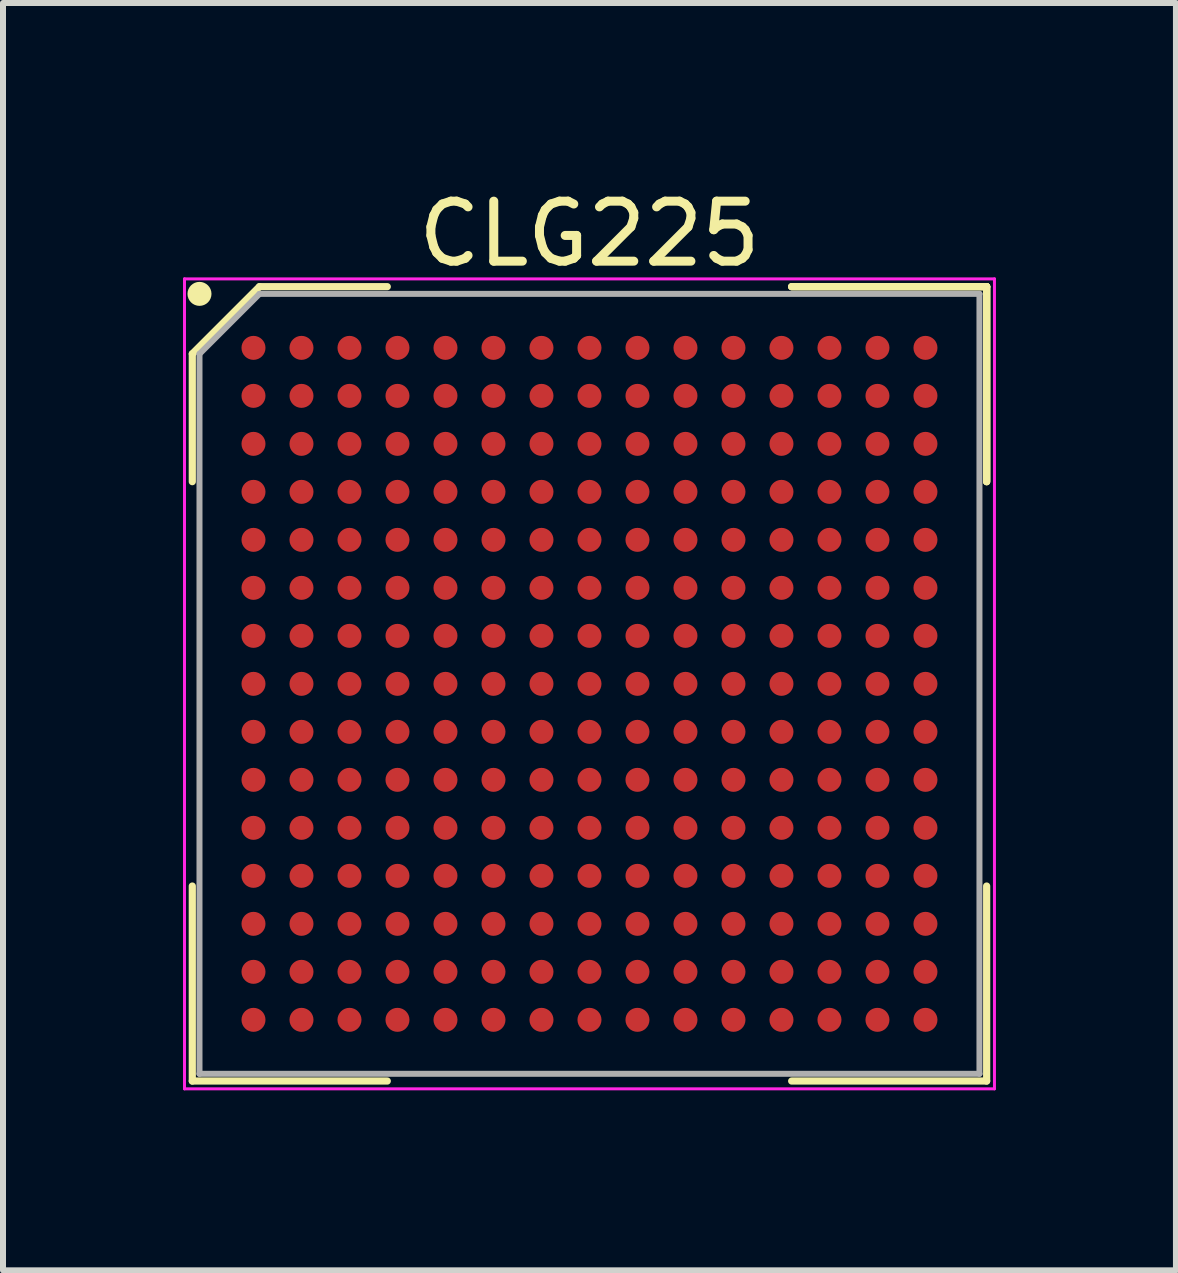
<source format=kicad_pcb>
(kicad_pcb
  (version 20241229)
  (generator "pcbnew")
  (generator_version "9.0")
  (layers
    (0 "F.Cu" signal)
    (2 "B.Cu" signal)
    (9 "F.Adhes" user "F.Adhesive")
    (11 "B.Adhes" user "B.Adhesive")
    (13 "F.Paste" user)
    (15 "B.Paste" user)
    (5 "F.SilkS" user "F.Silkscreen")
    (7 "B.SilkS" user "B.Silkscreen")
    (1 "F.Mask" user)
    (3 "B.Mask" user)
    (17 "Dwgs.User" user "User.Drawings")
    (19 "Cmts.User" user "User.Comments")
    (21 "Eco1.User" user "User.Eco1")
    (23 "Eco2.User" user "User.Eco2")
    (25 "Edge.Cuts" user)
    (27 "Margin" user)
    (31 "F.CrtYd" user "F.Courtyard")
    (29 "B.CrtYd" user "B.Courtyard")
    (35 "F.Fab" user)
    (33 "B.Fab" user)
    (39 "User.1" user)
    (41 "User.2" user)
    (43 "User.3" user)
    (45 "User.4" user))
  (footprint "CLG225"
    (layer "F.Cu")
    (at 6.775 8.348)
    (property "Reference" "CLG225" (at 0 -7.5 0) (layer "F.SilkS") (effects (font (size 1 1) (thickness 0.15))))
    (attr smd)
    (fp_line (start -6.62 -5.5) (end -6.62 -3.37) (stroke (width 0.12) (type solid)) (layer "F.SilkS"))
    (fp_line (start -6.62 6.62) (end -6.62 3.37) (stroke (width 0.12) (type solid)) (layer "F.SilkS"))
    (fp_line (start -5.5 -6.62) (end -6.62 -5.5) (stroke (width 0.12) (type solid)) (layer "F.SilkS"))
    (fp_line (start -3.37 -6.62) (end -5.5 -6.62) (stroke (width 0.12) (type solid)) (layer "F.SilkS"))
    (fp_line (start -3.37 6.62) (end -6.62 6.62) (stroke (width 0.12) (type solid)) (layer "F.SilkS"))
    (fp_line (start 3.37 -6.62) (end 6.62 -6.62) (stroke (width 0.12) (type solid)) (layer "F.SilkS"))
    (fp_line (start 3.37 -6.62) (end 6.62 -6.62) (stroke (width 0.12) (type solid)) (layer "F.SilkS"))
    (fp_line (start 3.37 -6.62) (end 6.62 -6.62) (stroke (width 0.12) (type solid)) (layer "F.SilkS"))
    (fp_line (start 3.37 6.62) (end 6.62 6.62) (stroke (width 0.12) (type solid)) (layer "F.SilkS"))
    (fp_line (start 6.62 -6.62) (end 6.62 -3.37) (stroke (width 0.12) (type solid)) (layer "F.SilkS"))
    (fp_line (start 6.62 -6.62) (end 6.62 -3.37) (stroke (width 0.12) (type solid)) (layer "F.SilkS"))
    (fp_line (start 6.62 -6.62) (end 6.62 -3.37) (stroke (width 0.12) (type solid)) (layer "F.SilkS"))
    (fp_line (start 6.62 6.62) (end 6.62 3.37) (stroke (width 0.12) (type solid)) (layer "F.SilkS"))
    (fp_circle (center -6.5 -6.5) (end -6.5 -6.4) (stroke (width 0.2) (type solid)) (fill no) (layer "F.SilkS"))
    (fp_line (start -6.75 -6.75) (end 6.75 -6.75) (stroke (width 0.05) (type solid)) (layer "F.CrtYd"))
    (fp_line (start -6.75 6.75) (end -6.75 -6.75) (stroke (width 0.05) (type solid)) (layer "F.CrtYd"))
    (fp_line (start 6.75 -6.75) (end 6.75 6.75) (stroke (width 0.05) (type solid)) (layer "F.CrtYd"))
    (fp_line (start 6.75 6.75) (end -6.75 6.75) (stroke (width 0.05) (type solid)) (layer "F.CrtYd"))
    (fp_line (start -6.5 -5.5) (end -6.5 6.5) (stroke (width 0.1) (type solid)) (layer "F.Fab"))
    (fp_line (start -6.5 6.5) (end 6.5 6.5) (stroke (width 0.1) (type solid)) (layer "F.Fab"))
    (fp_line (start -5.5 -6.5) (end -6.5 -5.5) (stroke (width 0.1) (type solid)) (layer "F.Fab"))
    (fp_line (start 6.5 -6.5) (end -5.5 -6.5) (stroke (width 0.1) (type solid)) (layer "F.Fab"))
    (fp_line (start 6.5 6.5) (end 6.5 -6.5) (stroke (width 0.1) (type solid)) (layer "F.Fab"))
    (pad "A1" smd circle (at -5.6 -5.6) (size 0.4 0.4) (layers "F.Cu" "F.Mask" "F.Paste"))
    (pad "A2" smd circle (at -4.8 -5.6) (size 0.4 0.4) (layers "F.Cu" "F.Mask" "F.Paste"))
    (pad "A3" smd circle (at -4 -5.6) (size 0.4 0.4) (layers "F.Cu" "F.Mask" "F.Paste"))
    (pad "A4" smd circle (at -3.2 -5.6) (size 0.4 0.4) (layers "F.Cu" "F.Mask" "F.Paste"))
    (pad "A5" smd circle (at -2.4 -5.6) (size 0.4 0.4) (layers "F.Cu" "F.Mask" "F.Paste"))
    (pad "A6" smd circle (at -1.6 -5.6) (size 0.4 0.4) (layers "F.Cu" "F.Mask" "F.Paste"))
    (pad "A7" smd circle (at -0.8 -5.6) (size 0.4 0.4) (layers "F.Cu" "F.Mask" "F.Paste"))
    (pad "A8" smd circle (at 0 -5.6) (size 0.4 0.4) (layers "F.Cu" "F.Mask" "F.Paste"))
    (pad "A9" smd circle (at 0.8 -5.6) (size 0.4 0.4) (layers "F.Cu" "F.Mask" "F.Paste"))
    (pad "A10" smd circle (at 1.6 -5.6) (size 0.4 0.4) (layers "F.Cu" "F.Mask" "F.Paste"))
    (pad "A11" smd circle (at 2.4 -5.6) (size 0.4 0.4) (layers "F.Cu" "F.Mask" "F.Paste"))
    (pad "A12" smd circle (at 3.2 -5.6) (size 0.4 0.4) (layers "F.Cu" "F.Mask" "F.Paste"))
    (pad "A13" smd circle (at 4 -5.6) (size 0.4 0.4) (layers "F.Cu" "F.Mask" "F.Paste"))
    (pad "A14" smd circle (at 4.8 -5.6) (size 0.4 0.4) (layers "F.Cu" "F.Mask" "F.Paste"))
    (pad "A15" smd circle (at 5.6 -5.6) (size 0.4 0.4) (layers "F.Cu" "F.Mask" "F.Paste"))
    (pad "B1" smd circle (at -5.6 -4.8) (size 0.4 0.4) (layers "F.Cu" "F.Mask" "F.Paste"))
    (pad "B2" smd circle (at -4.8 -4.8) (size 0.4 0.4) (layers "F.Cu" "F.Mask" "F.Paste"))
    (pad "B3" smd circle (at -4 -4.8) (size 0.4 0.4) (layers "F.Cu" "F.Mask" "F.Paste"))
    (pad "B4" smd circle (at -3.2 -4.8) (size 0.4 0.4) (layers "F.Cu" "F.Mask" "F.Paste"))
    (pad "B5" smd circle (at -2.4 -4.8) (size 0.4 0.4) (layers "F.Cu" "F.Mask" "F.Paste"))
    (pad "B6" smd circle (at -1.6 -4.8) (size 0.4 0.4) (layers "F.Cu" "F.Mask" "F.Paste"))
    (pad "B7" smd circle (at -0.8 -4.8) (size 0.4 0.4) (layers "F.Cu" "F.Mask" "F.Paste"))
    (pad "B8" smd circle (at 0 -4.8) (size 0.4 0.4) (layers "F.Cu" "F.Mask" "F.Paste"))
    (pad "B9" smd circle (at 0.8 -4.8) (size 0.4 0.4) (layers "F.Cu" "F.Mask" "F.Paste"))
    (pad "B10" smd circle (at 1.6 -4.8) (size 0.4 0.4) (layers "F.Cu" "F.Mask" "F.Paste"))
    (pad "B11" smd circle (at 2.4 -4.8) (size 0.4 0.4) (layers "F.Cu" "F.Mask" "F.Paste"))
    (pad "B12" smd circle (at 3.2 -4.8) (size 0.4 0.4) (layers "F.Cu" "F.Mask" "F.Paste"))
    (pad "B13" smd circle (at 4 -4.8) (size 0.4 0.4) (layers "F.Cu" "F.Mask" "F.Paste"))
    (pad "B14" smd circle (at 4.8 -4.8) (size 0.4 0.4) (layers "F.Cu" "F.Mask" "F.Paste"))
    (pad "B15" smd circle (at 5.6 -4.8) (size 0.4 0.4) (layers "F.Cu" "F.Mask" "F.Paste"))
    (pad "C1" smd circle (at -5.6 -4) (size 0.4 0.4) (layers "F.Cu" "F.Mask" "F.Paste"))
    (pad "C2" smd circle (at -4.8 -4) (size 0.4 0.4) (layers "F.Cu" "F.Mask" "F.Paste"))
    (pad "C3" smd circle (at -4 -4) (size 0.4 0.4) (layers "F.Cu" "F.Mask" "F.Paste"))
    (pad "C4" smd circle (at -3.2 -4) (size 0.4 0.4) (layers "F.Cu" "F.Mask" "F.Paste"))
    (pad "C5" smd circle (at -2.4 -4) (size 0.4 0.4) (layers "F.Cu" "F.Mask" "F.Paste"))
    (pad "C6" smd circle (at -1.6 -4) (size 0.4 0.4) (layers "F.Cu" "F.Mask" "F.Paste"))
    (pad "C7" smd circle (at -0.8 -4) (size 0.4 0.4) (layers "F.Cu" "F.Mask" "F.Paste"))
    (pad "C8" smd circle (at 0 -4) (size 0.4 0.4) (layers "F.Cu" "F.Mask" "F.Paste"))
    (pad "C9" smd circle (at 0.8 -4) (size 0.4 0.4) (layers "F.Cu" "F.Mask" "F.Paste"))
    (pad "C10" smd circle (at 1.6 -4) (size 0.4 0.4) (layers "F.Cu" "F.Mask" "F.Paste"))
    (pad "C11" smd circle (at 2.4 -4) (size 0.4 0.4) (layers "F.Cu" "F.Mask" "F.Paste"))
    (pad "C12" smd circle (at 3.2 -4) (size 0.4 0.4) (layers "F.Cu" "F.Mask" "F.Paste"))
    (pad "C13" smd circle (at 4 -4) (size 0.4 0.4) (layers "F.Cu" "F.Mask" "F.Paste"))
    (pad "C14" smd circle (at 4.8 -4) (size 0.4 0.4) (layers "F.Cu" "F.Mask" "F.Paste"))
    (pad "C15" smd circle (at 5.6 -4) (size 0.4 0.4) (layers "F.Cu" "F.Mask" "F.Paste"))
    (pad "D1" smd circle (at -5.6 -3.2) (size 0.4 0.4) (layers "F.Cu" "F.Mask" "F.Paste"))
    (pad "D2" smd circle (at -4.8 -3.2) (size 0.4 0.4) (layers "F.Cu" "F.Mask" "F.Paste"))
    (pad "D3" smd circle (at -4 -3.2) (size 0.4 0.4) (layers "F.Cu" "F.Mask" "F.Paste"))
    (pad "D4" smd circle (at -3.2 -3.2) (size 0.4 0.4) (layers "F.Cu" "F.Mask" "F.Paste"))
    (pad "D5" smd circle (at -2.4 -3.2) (size 0.4 0.4) (layers "F.Cu" "F.Mask" "F.Paste"))
    (pad "D6" smd circle (at -1.6 -3.2) (size 0.4 0.4) (layers "F.Cu" "F.Mask" "F.Paste"))
    (pad "D7" smd circle (at -0.8 -3.2) (size 0.4 0.4) (layers "F.Cu" "F.Mask" "F.Paste"))
    (pad "D8" smd circle (at 0 -3.2) (size 0.4 0.4) (layers "F.Cu" "F.Mask" "F.Paste"))
    (pad "D9" smd circle (at 0.8 -3.2) (size 0.4 0.4) (layers "F.Cu" "F.Mask" "F.Paste"))
    (pad "D10" smd circle (at 1.6 -3.2) (size 0.4 0.4) (layers "F.Cu" "F.Mask" "F.Paste"))
    (pad "D11" smd circle (at 2.4 -3.2) (size 0.4 0.4) (layers "F.Cu" "F.Mask" "F.Paste"))
    (pad "D12" smd circle (at 3.2 -3.2) (size 0.4 0.4) (layers "F.Cu" "F.Mask" "F.Paste"))
    (pad "D13" smd circle (at 4 -3.2) (size 0.4 0.4) (layers "F.Cu" "F.Mask" "F.Paste"))
    (pad "D14" smd circle (at 4.8 -3.2) (size 0.4 0.4) (layers "F.Cu" "F.Mask" "F.Paste"))
    (pad "D15" smd circle (at 5.6 -3.2) (size 0.4 0.4) (layers "F.Cu" "F.Mask" "F.Paste"))
    (pad "E1" smd circle (at -5.6 -2.4) (size 0.4 0.4) (layers "F.Cu" "F.Mask" "F.Paste"))
    (pad "E2" smd circle (at -4.8 -2.4) (size 0.4 0.4) (layers "F.Cu" "F.Mask" "F.Paste"))
    (pad "E3" smd circle (at -4 -2.4) (size 0.4 0.4) (layers "F.Cu" "F.Mask" "F.Paste"))
    (pad "E4" smd circle (at -3.2 -2.4) (size 0.4 0.4) (layers "F.Cu" "F.Mask" "F.Paste"))
    (pad "E5" smd circle (at -2.4 -2.4) (size 0.4 0.4) (layers "F.Cu" "F.Mask" "F.Paste"))
    (pad "E6" smd circle (at -1.6 -2.4) (size 0.4 0.4) (layers "F.Cu" "F.Mask" "F.Paste"))
    (pad "E7" smd circle (at -0.8 -2.4) (size 0.4 0.4) (layers "F.Cu" "F.Mask" "F.Paste"))
    (pad "E8" smd circle (at 0 -2.4) (size 0.4 0.4) (layers "F.Cu" "F.Mask" "F.Paste"))
    (pad "E9" smd circle (at 0.8 -2.4) (size 0.4 0.4) (layers "F.Cu" "F.Mask" "F.Paste"))
    (pad "E10" smd circle (at 1.6 -2.4) (size 0.4 0.4) (layers "F.Cu" "F.Mask" "F.Paste"))
    (pad "E11" smd circle (at 2.4 -2.4) (size 0.4 0.4) (layers "F.Cu" "F.Mask" "F.Paste"))
    (pad "E12" smd circle (at 3.2 -2.4) (size 0.4 0.4) (layers "F.Cu" "F.Mask" "F.Paste"))
    (pad "E13" smd circle (at 4 -2.4) (size 0.4 0.4) (layers "F.Cu" "F.Mask" "F.Paste"))
    (pad "E14" smd circle (at 4.8 -2.4) (size 0.4 0.4) (layers "F.Cu" "F.Mask" "F.Paste"))
    (pad "E15" smd circle (at 5.6 -2.4) (size 0.4 0.4) (layers "F.Cu" "F.Mask" "F.Paste"))
    (pad "F1" smd circle (at -5.6 -1.6) (size 0.4 0.4) (layers "F.Cu" "F.Mask" "F.Paste"))
    (pad "F2" smd circle (at -4.8 -1.6) (size 0.4 0.4) (layers "F.Cu" "F.Mask" "F.Paste"))
    (pad "F3" smd circle (at -4 -1.6) (size 0.4 0.4) (layers "F.Cu" "F.Mask" "F.Paste"))
    (pad "F4" smd circle (at -3.2 -1.6) (size 0.4 0.4) (layers "F.Cu" "F.Mask" "F.Paste"))
    (pad "F5" smd circle (at -2.4 -1.6) (size 0.4 0.4) (layers "F.Cu" "F.Mask" "F.Paste"))
    (pad "F6" smd circle (at -1.6 -1.6) (size 0.4 0.4) (layers "F.Cu" "F.Mask" "F.Paste"))
    (pad "F7" smd circle (at -0.8 -1.6) (size 0.4 0.4) (layers "F.Cu" "F.Mask" "F.Paste"))
    (pad "F8" smd circle (at 0 -1.6) (size 0.4 0.4) (layers "F.Cu" "F.Mask" "F.Paste"))
    (pad "F9" smd circle (at 0.8 -1.6) (size 0.4 0.4) (layers "F.Cu" "F.Mask" "F.Paste"))
    (pad "F10" smd circle (at 1.6 -1.6) (size 0.4 0.4) (layers "F.Cu" "F.Mask" "F.Paste"))
    (pad "F11" smd circle (at 2.4 -1.6) (size 0.4 0.4) (layers "F.Cu" "F.Mask" "F.Paste"))
    (pad "F12" smd circle (at 3.2 -1.6) (size 0.4 0.4) (layers "F.Cu" "F.Mask" "F.Paste"))
    (pad "F13" smd circle (at 4 -1.6) (size 0.4 0.4) (layers "F.Cu" "F.Mask" "F.Paste"))
    (pad "F14" smd circle (at 4.8 -1.6) (size 0.4 0.4) (layers "F.Cu" "F.Mask" "F.Paste"))
    (pad "F15" smd circle (at 5.6 -1.6) (size 0.4 0.4) (layers "F.Cu" "F.Mask" "F.Paste"))
    (pad "G1" smd circle (at -5.6 -0.8) (size 0.4 0.4) (layers "F.Cu" "F.Mask" "F.Paste"))
    (pad "G2" smd circle (at -4.8 -0.8) (size 0.4 0.4) (layers "F.Cu" "F.Mask" "F.Paste"))
    (pad "G3" smd circle (at -4 -0.8) (size 0.4 0.4) (layers "F.Cu" "F.Mask" "F.Paste"))
    (pad "G4" smd circle (at -3.2 -0.8) (size 0.4 0.4) (layers "F.Cu" "F.Mask" "F.Paste"))
    (pad "G5" smd circle (at -2.4 -0.8) (size 0.4 0.4) (layers "F.Cu" "F.Mask" "F.Paste"))
    (pad "G6" smd circle (at -1.6 -0.8) (size 0.4 0.4) (layers "F.Cu" "F.Mask" "F.Paste"))
    (pad "G7" smd circle (at -0.8 -0.8) (size 0.4 0.4) (layers "F.Cu" "F.Mask" "F.Paste"))
    (pad "G8" smd circle (at 0 -0.8) (size 0.4 0.4) (layers "F.Cu" "F.Mask" "F.Paste"))
    (pad "G9" smd circle (at 0.8 -0.8) (size 0.4 0.4) (layers "F.Cu" "F.Mask" "F.Paste"))
    (pad "G10" smd circle (at 1.6 -0.8) (size 0.4 0.4) (layers "F.Cu" "F.Mask" "F.Paste"))
    (pad "G11" smd circle (at 2.4 -0.8) (size 0.4 0.4) (layers "F.Cu" "F.Mask" "F.Paste"))
    (pad "G12" smd circle (at 3.2 -0.8) (size 0.4 0.4) (layers "F.Cu" "F.Mask" "F.Paste"))
    (pad "G13" smd circle (at 4 -0.8) (size 0.4 0.4) (layers "F.Cu" "F.Mask" "F.Paste"))
    (pad "G14" smd circle (at 4.8 -0.8) (size 0.4 0.4) (layers "F.Cu" "F.Mask" "F.Paste"))
    (pad "G15" smd circle (at 5.6 -0.8) (size 0.4 0.4) (layers "F.Cu" "F.Mask" "F.Paste"))
    (pad "H1" smd circle (at -5.6 0) (size 0.4 0.4) (layers "F.Cu" "F.Mask" "F.Paste"))
    (pad "H2" smd circle (at -4.8 0) (size 0.4 0.4) (layers "F.Cu" "F.Mask" "F.Paste"))
    (pad "H3" smd circle (at -4 0) (size 0.4 0.4) (layers "F.Cu" "F.Mask" "F.Paste"))
    (pad "H4" smd circle (at -3.2 0) (size 0.4 0.4) (layers "F.Cu" "F.Mask" "F.Paste"))
    (pad "H5" smd circle (at -2.4 0) (size 0.4 0.4) (layers "F.Cu" "F.Mask" "F.Paste"))
    (pad "H6" smd circle (at -1.6 0) (size 0.4 0.4) (layers "F.Cu" "F.Mask" "F.Paste"))
    (pad "H7" smd circle (at -0.8 0) (size 0.4 0.4) (layers "F.Cu" "F.Mask" "F.Paste"))
    (pad "H8" smd circle (at 0 0) (size 0.4 0.4) (layers "F.Cu" "F.Mask" "F.Paste"))
    (pad "H9" smd circle (at 0.8 0) (size 0.4 0.4) (layers "F.Cu" "F.Mask" "F.Paste"))
    (pad "H10" smd circle (at 1.6 0) (size 0.4 0.4) (layers "F.Cu" "F.Mask" "F.Paste"))
    (pad "H11" smd circle (at 2.4 0) (size 0.4 0.4) (layers "F.Cu" "F.Mask" "F.Paste"))
    (pad "H12" smd circle (at 3.2 0) (size 0.4 0.4) (layers "F.Cu" "F.Mask" "F.Paste"))
    (pad "H13" smd circle (at 4 0) (size 0.4 0.4) (layers "F.Cu" "F.Mask" "F.Paste"))
    (pad "H14" smd circle (at 4.8 0) (size 0.4 0.4) (layers "F.Cu" "F.Mask" "F.Paste"))
    (pad "H15" smd circle (at 5.6 0) (size 0.4 0.4) (layers "F.Cu" "F.Mask" "F.Paste"))
    (pad "J1" smd circle (at -5.6 0.8) (size 0.4 0.4) (layers "F.Cu" "F.Mask" "F.Paste"))
    (pad "J2" smd circle (at -4.8 0.8) (size 0.4 0.4) (layers "F.Cu" "F.Mask" "F.Paste"))
    (pad "J3" smd circle (at -4 0.8) (size 0.4 0.4) (layers "F.Cu" "F.Mask" "F.Paste"))
    (pad "J4" smd circle (at -3.2 0.8) (size 0.4 0.4) (layers "F.Cu" "F.Mask" "F.Paste"))
    (pad "J5" smd circle (at -2.4 0.8) (size 0.4 0.4) (layers "F.Cu" "F.Mask" "F.Paste"))
    (pad "J6" smd circle (at -1.6 0.8) (size 0.4 0.4) (layers "F.Cu" "F.Mask" "F.Paste"))
    (pad "J7" smd circle (at -0.8 0.8) (size 0.4 0.4) (layers "F.Cu" "F.Mask" "F.Paste"))
    (pad "J8" smd circle (at 0 0.8) (size 0.4 0.4) (layers "F.Cu" "F.Mask" "F.Paste"))
    (pad "J9" smd circle (at 0.8 0.8) (size 0.4 0.4) (layers "F.Cu" "F.Mask" "F.Paste"))
    (pad "J10" smd circle (at 1.6 0.8) (size 0.4 0.4) (layers "F.Cu" "F.Mask" "F.Paste"))
    (pad "J11" smd circle (at 2.4 0.8) (size 0.4 0.4) (layers "F.Cu" "F.Mask" "F.Paste"))
    (pad "J12" smd circle (at 3.2 0.8) (size 0.4 0.4) (layers "F.Cu" "F.Mask" "F.Paste"))
    (pad "J13" smd circle (at 4 0.8) (size 0.4 0.4) (layers "F.Cu" "F.Mask" "F.Paste"))
    (pad "J14" smd circle (at 4.8 0.8) (size 0.4 0.4) (layers "F.Cu" "F.Mask" "F.Paste"))
    (pad "J15" smd circle (at 5.6 0.8) (size 0.4 0.4) (layers "F.Cu" "F.Mask" "F.Paste"))
    (pad "K1" smd circle (at -5.6 1.6) (size 0.4 0.4) (layers "F.Cu" "F.Mask" "F.Paste"))
    (pad "K2" smd circle (at -4.8 1.6) (size 0.4 0.4) (layers "F.Cu" "F.Mask" "F.Paste"))
    (pad "K3" smd circle (at -4 1.6) (size 0.4 0.4) (layers "F.Cu" "F.Mask" "F.Paste"))
    (pad "K4" smd circle (at -3.2 1.6) (size 0.4 0.4) (layers "F.Cu" "F.Mask" "F.Paste"))
    (pad "K5" smd circle (at -2.4 1.6) (size 0.4 0.4) (layers "F.Cu" "F.Mask" "F.Paste"))
    (pad "K6" smd circle (at -1.6 1.6) (size 0.4 0.4) (layers "F.Cu" "F.Mask" "F.Paste"))
    (pad "K7" smd circle (at -0.8 1.6) (size 0.4 0.4) (layers "F.Cu" "F.Mask" "F.Paste"))
    (pad "K8" smd circle (at 0 1.6) (size 0.4 0.4) (layers "F.Cu" "F.Mask" "F.Paste"))
    (pad "K9" smd circle (at 0.8 1.6) (size 0.4 0.4) (layers "F.Cu" "F.Mask" "F.Paste"))
    (pad "K10" smd circle (at 1.6 1.6) (size 0.4 0.4) (layers "F.Cu" "F.Mask" "F.Paste"))
    (pad "K11" smd circle (at 2.4 1.6) (size 0.4 0.4) (layers "F.Cu" "F.Mask" "F.Paste"))
    (pad "K12" smd circle (at 3.2 1.6) (size 0.4 0.4) (layers "F.Cu" "F.Mask" "F.Paste"))
    (pad "K13" smd circle (at 4 1.6) (size 0.4 0.4) (layers "F.Cu" "F.Mask" "F.Paste"))
    (pad "K14" smd circle (at 4.8 1.6) (size 0.4 0.4) (layers "F.Cu" "F.Mask" "F.Paste"))
    (pad "K15" smd circle (at 5.6 1.6) (size 0.4 0.4) (layers "F.Cu" "F.Mask" "F.Paste"))
    (pad "L1" smd circle (at -5.6 2.4) (size 0.4 0.4) (layers "F.Cu" "F.Mask" "F.Paste"))
    (pad "L2" smd circle (at -4.8 2.4) (size 0.4 0.4) (layers "F.Cu" "F.Mask" "F.Paste"))
    (pad "L3" smd circle (at -4 2.4) (size 0.4 0.4) (layers "F.Cu" "F.Mask" "F.Paste"))
    (pad "L4" smd circle (at -3.2 2.4) (size 0.4 0.4) (layers "F.Cu" "F.Mask" "F.Paste"))
    (pad "L5" smd circle (at -2.4 2.4) (size 0.4 0.4) (layers "F.Cu" "F.Mask" "F.Paste"))
    (pad "L6" smd circle (at -1.6 2.4) (size 0.4 0.4) (layers "F.Cu" "F.Mask" "F.Paste"))
    (pad "L7" smd circle (at -0.8 2.4) (size 0.4 0.4) (layers "F.Cu" "F.Mask" "F.Paste"))
    (pad "L8" smd circle (at 0 2.4) (size 0.4 0.4) (layers "F.Cu" "F.Mask" "F.Paste"))
    (pad "L9" smd circle (at 0.8 2.4) (size 0.4 0.4) (layers "F.Cu" "F.Mask" "F.Paste"))
    (pad "L10" smd circle (at 1.6 2.4) (size 0.4 0.4) (layers "F.Cu" "F.Mask" "F.Paste"))
    (pad "L11" smd circle (at 2.4 2.4) (size 0.4 0.4) (layers "F.Cu" "F.Mask" "F.Paste"))
    (pad "L12" smd circle (at 3.2 2.4) (size 0.4 0.4) (layers "F.Cu" "F.Mask" "F.Paste"))
    (pad "L13" smd circle (at 4 2.4) (size 0.4 0.4) (layers "F.Cu" "F.Mask" "F.Paste"))
    (pad "L14" smd circle (at 4.8 2.4) (size 0.4 0.4) (layers "F.Cu" "F.Mask" "F.Paste"))
    (pad "L15" smd circle (at 5.6 2.4) (size 0.4 0.4) (layers "F.Cu" "F.Mask" "F.Paste"))
    (pad "M1" smd circle (at -5.6 3.2) (size 0.4 0.4) (layers "F.Cu" "F.Mask" "F.Paste"))
    (pad "M2" smd circle (at -4.8 3.2) (size 0.4 0.4) (layers "F.Cu" "F.Mask" "F.Paste"))
    (pad "M3" smd circle (at -4 3.2) (size 0.4 0.4) (layers "F.Cu" "F.Mask" "F.Paste"))
    (pad "M4" smd circle (at -3.2 3.2) (size 0.4 0.4) (layers "F.Cu" "F.Mask" "F.Paste"))
    (pad "M5" smd circle (at -2.4 3.2) (size 0.4 0.4) (layers "F.Cu" "F.Mask" "F.Paste"))
    (pad "M6" smd circle (at -1.6 3.2) (size 0.4 0.4) (layers "F.Cu" "F.Mask" "F.Paste"))
    (pad "M7" smd circle (at -0.8 3.2) (size 0.4 0.4) (layers "F.Cu" "F.Mask" "F.Paste"))
    (pad "M8" smd circle (at 0 3.2) (size 0.4 0.4) (layers "F.Cu" "F.Mask" "F.Paste"))
    (pad "M9" smd circle (at 0.8 3.2) (size 0.4 0.4) (layers "F.Cu" "F.Mask" "F.Paste"))
    (pad "M10" smd circle (at 1.6 3.2) (size 0.4 0.4) (layers "F.Cu" "F.Mask" "F.Paste"))
    (pad "M11" smd circle (at 2.4 3.2) (size 0.4 0.4) (layers "F.Cu" "F.Mask" "F.Paste"))
    (pad "M12" smd circle (at 3.2 3.2) (size 0.4 0.4) (layers "F.Cu" "F.Mask" "F.Paste"))
    (pad "M13" smd circle (at 4 3.2) (size 0.4 0.4) (layers "F.Cu" "F.Mask" "F.Paste"))
    (pad "M14" smd circle (at 4.8 3.2) (size 0.4 0.4) (layers "F.Cu" "F.Mask" "F.Paste"))
    (pad "M15" smd circle (at 5.6 3.2) (size 0.4 0.4) (layers "F.Cu" "F.Mask" "F.Paste"))
    (pad "N1" smd circle (at -5.6 4) (size 0.4 0.4) (layers "F.Cu" "F.Mask" "F.Paste"))
    (pad "N2" smd circle (at -4.8 4) (size 0.4 0.4) (layers "F.Cu" "F.Mask" "F.Paste"))
    (pad "N3" smd circle (at -4 4) (size 0.4 0.4) (layers "F.Cu" "F.Mask" "F.Paste"))
    (pad "N4" smd circle (at -3.2 4) (size 0.4 0.4) (layers "F.Cu" "F.Mask" "F.Paste"))
    (pad "N5" smd circle (at -2.4 4) (size 0.4 0.4) (layers "F.Cu" "F.Mask" "F.Paste"))
    (pad "N6" smd circle (at -1.6 4) (size 0.4 0.4) (layers "F.Cu" "F.Mask" "F.Paste"))
    (pad "N7" smd circle (at -0.8 4) (size 0.4 0.4) (layers "F.Cu" "F.Mask" "F.Paste"))
    (pad "N8" smd circle (at 0 4) (size 0.4 0.4) (layers "F.Cu" "F.Mask" "F.Paste"))
    (pad "N9" smd circle (at 0.8 4) (size 0.4 0.4) (layers "F.Cu" "F.Mask" "F.Paste"))
    (pad "N10" smd circle (at 1.6 4) (size 0.4 0.4) (layers "F.Cu" "F.Mask" "F.Paste"))
    (pad "N11" smd circle (at 2.4 4) (size 0.4 0.4) (layers "F.Cu" "F.Mask" "F.Paste"))
    (pad "N12" smd circle (at 3.2 4) (size 0.4 0.4) (layers "F.Cu" "F.Mask" "F.Paste"))
    (pad "N13" smd circle (at 4 4) (size 0.4 0.4) (layers "F.Cu" "F.Mask" "F.Paste"))
    (pad "N14" smd circle (at 4.8 4) (size 0.4 0.4) (layers "F.Cu" "F.Mask" "F.Paste"))
    (pad "N15" smd circle (at 5.6 4) (size 0.4 0.4) (layers "F.Cu" "F.Mask" "F.Paste"))
    (pad "P1" smd circle (at -5.6 4.8) (size 0.4 0.4) (layers "F.Cu" "F.Mask" "F.Paste"))
    (pad "P2" smd circle (at -4.8 4.8) (size 0.4 0.4) (layers "F.Cu" "F.Mask" "F.Paste"))
    (pad "P3" smd circle (at -4 4.8) (size 0.4 0.4) (layers "F.Cu" "F.Mask" "F.Paste"))
    (pad "P4" smd circle (at -3.2 4.8) (size 0.4 0.4) (layers "F.Cu" "F.Mask" "F.Paste"))
    (pad "P5" smd circle (at -2.4 4.8) (size 0.4 0.4) (layers "F.Cu" "F.Mask" "F.Paste"))
    (pad "P6" smd circle (at -1.6 4.8) (size 0.4 0.4) (layers "F.Cu" "F.Mask" "F.Paste"))
    (pad "P7" smd circle (at -0.8 4.8) (size 0.4 0.4) (layers "F.Cu" "F.Mask" "F.Paste"))
    (pad "P8" smd circle (at 0 4.8) (size 0.4 0.4) (layers "F.Cu" "F.Mask" "F.Paste"))
    (pad "P9" smd circle (at 0.8 4.8) (size 0.4 0.4) (layers "F.Cu" "F.Mask" "F.Paste"))
    (pad "P10" smd circle (at 1.6 4.8) (size 0.4 0.4) (layers "F.Cu" "F.Mask" "F.Paste"))
    (pad "P11" smd circle (at 2.4 4.8) (size 0.4 0.4) (layers "F.Cu" "F.Mask" "F.Paste"))
    (pad "P12" smd circle (at 3.2 4.8) (size 0.4 0.4) (layers "F.Cu" "F.Mask" "F.Paste"))
    (pad "P13" smd circle (at 4 4.8) (size 0.4 0.4) (layers "F.Cu" "F.Mask" "F.Paste"))
    (pad "P14" smd circle (at 4.8 4.8) (size 0.4 0.4) (layers "F.Cu" "F.Mask" "F.Paste"))
    (pad "P15" smd circle (at 5.6 4.8) (size 0.4 0.4) (layers "F.Cu" "F.Mask" "F.Paste"))
    (pad "R1" smd circle (at -5.6 5.6) (size 0.4 0.4) (layers "F.Cu" "F.Mask" "F.Paste"))
    (pad "R2" smd circle (at -4.8 5.6) (size 0.4 0.4) (layers "F.Cu" "F.Mask" "F.Paste"))
    (pad "R3" smd circle (at -4 5.6) (size 0.4 0.4) (layers "F.Cu" "F.Mask" "F.Paste"))
    (pad "R4" smd circle (at -3.2 5.6) (size 0.4 0.4) (layers "F.Cu" "F.Mask" "F.Paste"))
    (pad "R5" smd circle (at -2.4 5.6) (size 0.4 0.4) (layers "F.Cu" "F.Mask" "F.Paste"))
    (pad "R6" smd circle (at -1.6 5.6) (size 0.4 0.4) (layers "F.Cu" "F.Mask" "F.Paste"))
    (pad "R7" smd circle (at -0.8 5.6) (size 0.4 0.4) (layers "F.Cu" "F.Mask" "F.Paste"))
    (pad "R8" smd circle (at 0 5.6) (size 0.4 0.4) (layers "F.Cu" "F.Mask" "F.Paste"))
    (pad "R9" smd circle (at 0.8 5.6) (size 0.4 0.4) (layers "F.Cu" "F.Mask" "F.Paste"))
    (pad "R10" smd circle (at 1.6 5.6) (size 0.4 0.4) (layers "F.Cu" "F.Mask" "F.Paste"))
    (pad "R11" smd circle (at 2.4 5.6) (size 0.4 0.4) (layers "F.Cu" "F.Mask" "F.Paste"))
    (pad "R12" smd circle (at 3.2 5.6) (size 0.4 0.4) (layers "F.Cu" "F.Mask" "F.Paste"))
    (pad "R13" smd circle (at 4 5.6) (size 0.4 0.4) (layers "F.Cu" "F.Mask" "F.Paste"))
    (pad "R14" smd circle (at 4.8 5.6) (size 0.4 0.4) (layers "F.Cu" "F.Mask" "F.Paste"))
    (pad "R15" smd circle (at 5.6 5.6) (size 0.4 0.4) (layers "F.Cu" "F.Mask" "F.Paste")))
  (gr_rect
    (start -3 -3)
    (end 16.55 18.123)
    (stroke (width 0.1) (type default))
    (fill no)
    (layer "Edge.Cuts")))
</source>
